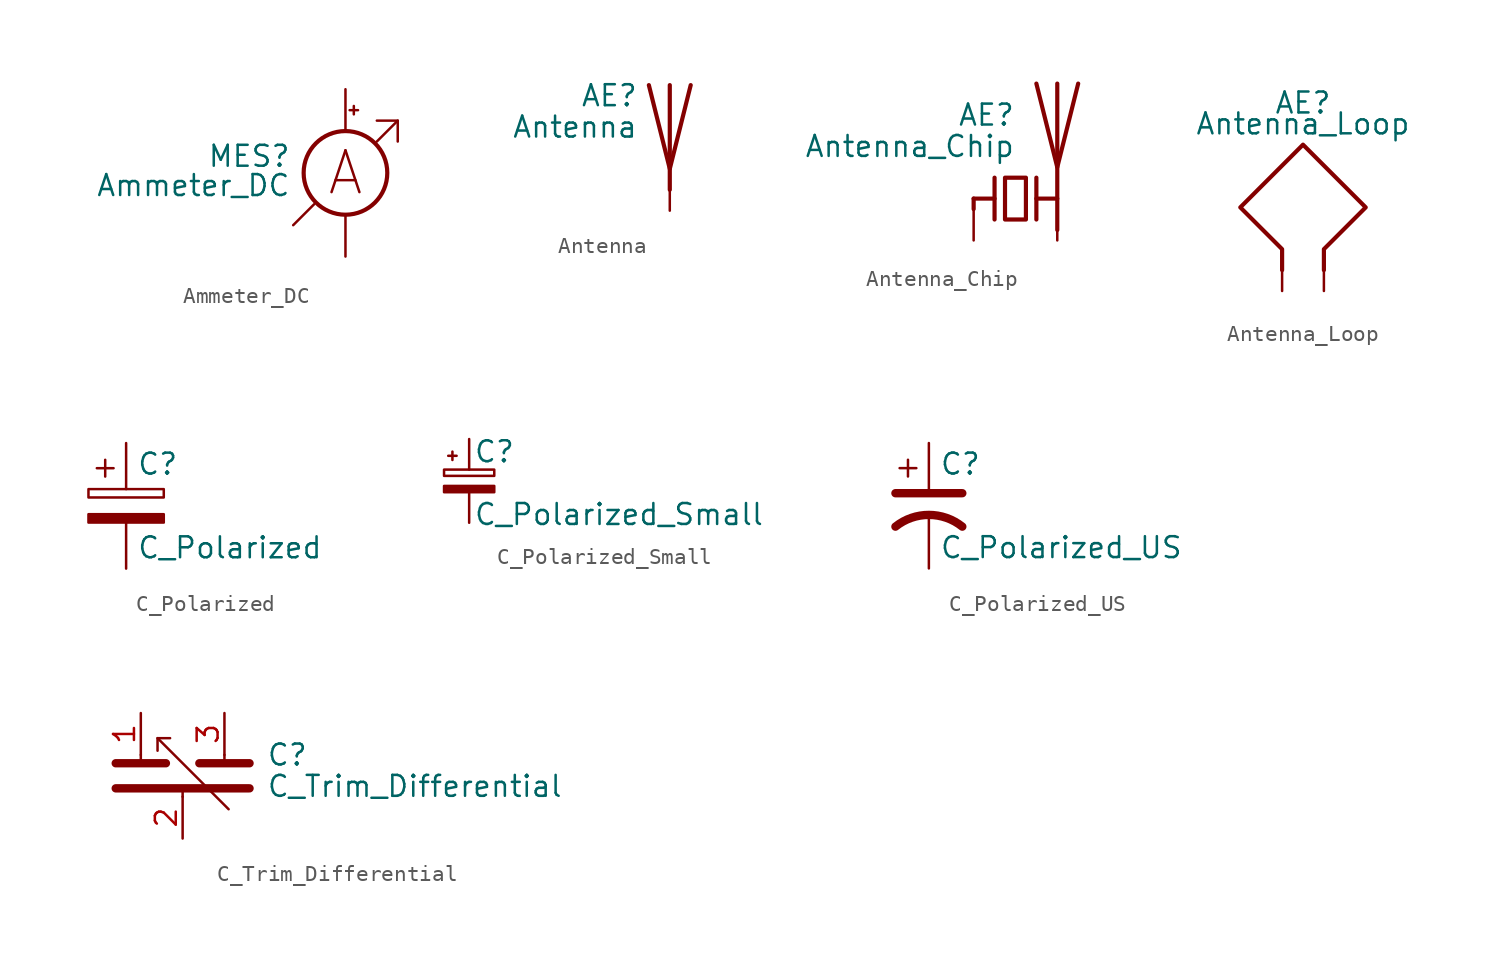
<source format=kicad_sym>
(kicad_symbol_lib
  (version 20211014)
  (generator kicad_symbol_editor)
  (symbol "Ammeter_DC"
    (pin_numbers hide)
    (pin_names
      (offset 0.025) hide)
    (property "Reference" "MES"
      (at -3.302 1.016 0)
      (effects (font (size 1.27 1.27)) (justify right)))
    (property "Value" "Ammeter_DC"
      (at -3.302 -0.762 0)
      (effects (font (size 1.27 1.27)) (justify right)))
    (symbol "Ammeter_DC_0_0"
      (polyline (pts (xy -3.175 -3.175) (xy -1.905 -1.905)) (stroke (width 0) (type default) (color 0 0 0 0)) (fill (type none)))
      (polyline (pts (xy 1.905 1.905) (xy 3.175 3.175)) (stroke (width 0) (type default) (color 0 0 0 0)) (fill (type none)))
      (polyline (pts (xy 1.905 3.175) (xy 3.175 3.175) (xy 3.175 1.905)) (stroke (width 0) (type default) (color 0 0 0 0)) (fill (type none)))
      (text "A" (at 0 0 0) (effects (font (size 2.54 2.54)))))
    (symbol "Ammeter_DC_0_1"
      (polyline (pts (xy 0.254 3.81) (xy 0.762 3.81)) (stroke (width 0) (type default) (color 0 0 0 0)) (fill (type none)))
      (polyline (pts (xy 0.508 4.064) (xy 0.508 3.556)) (stroke (width 0) (type default) (color 0 0 0 0)) (fill (type none)))
      (circle (center 0 0) (radius 2.54) (stroke (width 0.254) (type default) (color 0 0 0 0)) (fill (type none))))
    (symbol "Ammeter_DC_1_1"
      (pin passive line (at 0 -5.08 90) (length 2.54) (name "-" (effects (font (size 1.27 1.27)))) (number "1" (effects (font (size 1.27 1.27)))))
      (pin passive line (at 0 5.08 270) (length 2.54) (name "+" (effects (font (size 1.27 1.27)))) (number "2" (effects (font (size 1.27 1.27)))))))
  (symbol "Antenna"
    (pin_numbers hide)
    (pin_names
      (offset 1.016) hide)
    (property "Reference" "AE"
      (at -1.905 1.905 0)
      (effects (font (size 1.27 1.27)) (justify right)))
    (property "Value" "Antenna"
      (at -1.905 0 0)
      (effects (font (size 1.27 1.27)) (justify right)))
    (symbol "Antenna_0_1"
      (polyline (pts (xy 0 2.54) (xy 0 -3.81)) (stroke (width 0.254) (type default) (color 0 0 0 0)) (fill (type none)))
      (polyline (pts (xy 1.27 2.54) (xy 0 -2.54) (xy -1.27 2.54)) (stroke (width 0.254) (type default) (color 0 0 0 0)) (fill (type none))))
    (symbol "Antenna_1_1"
      (pin input line (at 0 -5.08 90) (length 2.54) (name "A" (effects (font (size 1.27 1.27)))) (number "1" (effects (font (size 1.27 1.27)))))))
  (symbol "Antenna_Chip"
    (pin_numbers hide)
    (pin_names
      (offset 1.016) hide)
    (property "Reference" "AE"
      (at 0 5.08 0)
      (effects (font (size 1.27 1.27)) (justify right)))
    (property "Value" "Antenna_Chip"
      (at 0 3.175 0)
      (effects (font (size 1.27 1.27)) (justify right)))
    (symbol "Antenna_Chip_0_1"
      (polyline (pts (xy -2.54 0) (xy -2.54 -0.635)) (stroke (width 0.254) (type default) (color 0 0 0 0)) (fill (type none)))
      (polyline (pts (xy -2.54 0) (xy -1.27 0)) (stroke (width 0.254) (type default) (color 0 0 0 0)) (fill (type none)))
      (polyline (pts (xy 1.27 0) (xy 2.54 0)) (stroke (width 0.254) (type default) (color 0 0 0 0)) (fill (type none)))
      (polyline (pts (xy 1.27 1.27) (xy 1.27 -1.27)) (stroke (width 0.254) (type default) (color 0 0 0 0)) (fill (type none)))
      (polyline (pts (xy 2.54 -0.635) (xy 2.54 0)) (stroke (width 0) (type default) (color 0 0 0 0)) (fill (type none)))
      (polyline (pts (xy 2.54 6.985) (xy 2.54 -1.905)) (stroke (width 0.254) (type default) (color 0 0 0 0)) (fill (type none)))
      (polyline (pts (xy -1.27 1.27) (xy -1.27 -1.27) (xy -1.27 0)) (stroke (width 0.254) (type default) (color 0 0 0 0)) (fill (type none)))
      (polyline (pts (xy 3.81 6.985) (xy 2.54 1.905) (xy 1.27 6.985)) (stroke (width 0.254) (type default) (color 0 0 0 0)) (fill (type none)))
      (polyline (pts (xy -0.635 1.27) (xy 0.635 1.27) (xy 0.635 -1.27) (xy -0.635 -1.27) (xy -0.635 1.27)) (stroke (width 0.254) (type default) (color 0 0 0 0)) (fill (type none))))
    (symbol "Antenna_Chip_1_1"
      (pin input line (at -2.54 -2.54 90) (length 2.54) (name "FEED" (effects (font (size 1.27 1.27)))) (number "1" (effects (font (size 1.27 1.27)))))
      (pin passive line (at 2.54 -2.54 90) (length 2.54) (name "PCB_Trace" (effects (font (size 1.27 1.27)))) (number "2" (effects (font (size 1.27 1.27)))))))
  (symbol "Antenna_Loop"
    (pin_numbers hide)
    (pin_names
      (offset 1.016) hide)
    (property "Reference" "AE"
      (at 1.27 6.35 0)
      (effects (font (size 1.27 1.27))))
    (property "Value" "Antenna_Loop"
      (at 1.27 5.08 0)
      (effects (font (size 1.27 1.27))))
    (symbol "Antenna_Loop_0_1"
      (polyline (pts (xy 2.54 -3.81) (xy 2.54 -2.54) (xy 5.08 0) (xy 1.27 3.81) (xy -2.54 0) (xy 0 -2.54) (xy 0 -3.81)) (stroke (width 0.254) (type default) (color 0 0 0 0)) (fill (type none))))
    (symbol "Antenna_Loop_1_1"
      (pin input line (at 0 -5.08 90) (length 2.54) (name "~" (effects (font (size 1.27 1.27)))) (number "1" (effects (font (size 1.27 1.27)))))
      (pin input line (at 2.54 -5.08 90) (length 2.54) (name "~" (effects (font (size 1.27 1.27)))) (number "2" (effects (font (size 1.27 1.27)))))))
  (symbol "C_Polarized"
    (pin_numbers hide)
    (pin_names
      (offset 0.254))
    (property "Reference" "C"
      (at 0.635 2.54 0)
      (effects (font (size 1.27 1.27)) (justify left)))
    (property "Value" "C_Polarized"
      (at 0.635 -2.54 0)
      (effects (font (size 1.27 1.27)) (justify left)))
    (symbol "C_Polarized_0_1"
      (rectangle (start -2.286 0.508) (end 2.286 1.016) (stroke (width 0) (type default) (color 0 0 0 0)) (fill (type none)))
      (polyline (pts (xy -1.778 2.286) (xy -0.762 2.286)) (stroke (width 0) (type default) (color 0 0 0 0)) (fill (type none)))
      (polyline (pts (xy -1.27 2.794) (xy -1.27 1.778)) (stroke (width 0) (type default) (color 0 0 0 0)) (fill (type none)))
      (rectangle (start 2.286 -0.508) (end -2.286 -1.016) (stroke (width 0) (type default) (color 0 0 0 0)) (fill (type outline))))
    (symbol "C_Polarized_1_1"
      (pin passive line (at 0 3.81 270) (length 2.794) (name "~" (effects (font (size 1.27 1.27)))) (number "1" (effects (font (size 1.27 1.27)))))
      (pin passive line (at 0 -3.81 90) (length 2.794) (name "~" (effects (font (size 1.27 1.27)))) (number "2" (effects (font (size 1.27 1.27)))))))
  (symbol "C_Polarized_Small"
    (pin_numbers hide)
    (pin_names
      (offset 0.254) hide)
    (property "Reference" "C"
      (at 0.254 1.778 0)
      (effects (font (size 1.27 1.27)) (justify left)))
    (property "Value" "C_Polarized_Small"
      (at 0.254 -2.032 0)
      (effects (font (size 1.27 1.27)) (justify left)))
    (symbol "C_Polarized_Small_0_1"
      (rectangle (start -1.524 -0.305) (end 1.524 -0.686) (stroke (width 0) (type default) (color 0 0 0 0)) (fill (type outline)))
      (rectangle (start -1.524 0.686) (end 1.524 0.305) (stroke (width 0) (type default) (color 0 0 0 0)) (fill (type none)))
      (polyline (pts (xy -1.27 1.524) (xy -0.762 1.524)) (stroke (width 0) (type default) (color 0 0 0 0)) (fill (type none)))
      (polyline (pts (xy -1.016 1.27) (xy -1.016 1.778)) (stroke (width 0) (type default) (color 0 0 0 0)) (fill (type none))))
    (symbol "C_Polarized_Small_1_1"
      (pin passive line (at 0 2.54 270) (length 1.854) (name "~" (effects (font (size 1.27 1.27)))) (number "1" (effects (font (size 1.27 1.27)))))
      (pin passive line (at 0 -2.54 90) (length 1.854) (name "~" (effects (font (size 1.27 1.27)))) (number "2" (effects (font (size 1.27 1.27)))))))
  (symbol "C_Polarized_US"
    (pin_numbers hide)
    (pin_names
      (offset 0.254) hide)
    (property "Reference" "C"
      (at 0.635 2.54 0)
      (effects (font (size 1.27 1.27)) (justify left)))
    (property "Value" "C_Polarized_US"
      (at 0.635 -2.54 0)
      (effects (font (size 1.27 1.27)) (justify left)))
    (symbol "C_Polarized_US_0_1"
      (polyline (pts (xy -2.032 0.762) (xy 2.032 0.762)) (stroke (width 0.508) (type default) (color 0 0 0 0)) (fill (type none)))
      (polyline (pts (xy -1.778 2.286) (xy -0.762 2.286)) (stroke (width 0) (type default) (color 0 0 0 0)) (fill (type none)))
      (polyline (pts (xy -1.27 1.778) (xy -1.27 2.794)) (stroke (width 0) (type default) (color 0 0 0 0)) (fill (type none)))
      (arc (start 2.032 -1.27) (mid 0 -0.5572) (end -2.032 -1.27) (stroke (width 0.508) (type default) (color 0 0 0 0)) (fill (type none))))
    (symbol "C_Polarized_US_1_1"
      (pin passive line (at 0 3.81 270) (length 2.794) (name "~" (effects (font (size 1.27 1.27)))) (number "1" (effects (font (size 1.27 1.27)))))
      (pin passive line (at 0 -3.81 90) (length 3.302) (name "~" (effects (font (size 1.27 1.27)))) (number "2" (effects (font (size 1.27 1.27)))))))
  (symbol "C_Trim_Differential"
    (pin_names
      (offset 0.254) hide)
    (property "Reference" "C"
      (at 5.08 1.27 0)
      (effects (font (size 1.27 1.27)) (justify left)))
    (property "Value" "C_Trim_Differential"
      (at 5.08 -0.635 0)
      (effects (font (size 1.27 1.27)) (justify left)))
    (symbol "C_Trim_Differential_0_1"
      (polyline (pts (xy -4.064 -0.762) (xy 4.064 -0.762)) (stroke (width 0.508) (type default) (color 0 0 0 0)) (fill (type none)))
      (polyline (pts (xy -4.064 0.762) (xy -1.016 0.762)) (stroke (width 0.508) (type default) (color 0 0 0 0)) (fill (type none)))
      (polyline (pts (xy -2.54 1.27) (xy -2.54 0.762)) (stroke (width 0) (type default) (color 0 0 0 0)) (fill (type none)))
      (polyline (pts (xy -1.524 2.286) (xy 2.794 -2.032)) (stroke (width 0) (type default) (color 0 0 0 0)) (fill (type none)))
      (polyline (pts (xy 0 -1.27) (xy 0 -0.762)) (stroke (width 0) (type default) (color 0 0 0 0)) (fill (type none)))
      (polyline (pts (xy 1.016 0.762) (xy 4.064 0.762)) (stroke (width 0.508) (type default) (color 0 0 0 0)) (fill (type none)))
      (polyline (pts (xy 2.54 1.27) (xy 2.54 0.762)) (stroke (width 0) (type default) (color 0 0 0 0)) (fill (type none)))
      (polyline (pts (xy -0.762 2.286) (xy -1.524 2.286) (xy -1.524 1.524)) (stroke (width 0) (type default) (color 0 0 0 0)) (fill (type none))))
    (symbol "C_Trim_Differential_1_1"
      (pin passive line (at -2.54 3.81 270) (length 2.54) (name "~" (effects (font (size 1.27 1.27)))) (number "1" (effects (font (size 1.27 1.27)))))
      (pin passive line (at 0 -3.81 90) (length 2.54) (name "~" (effects (font (size 1.27 1.27)))) (number "2" (effects (font (size 1.27 1.27)))))
      (pin passive line (at 2.54 3.81 270) (length 2.54) (name "~" (effects (font (size 1.27 1.27)))) (number "3" (effects (font (size 1.27 1.27))))))))
</source>
